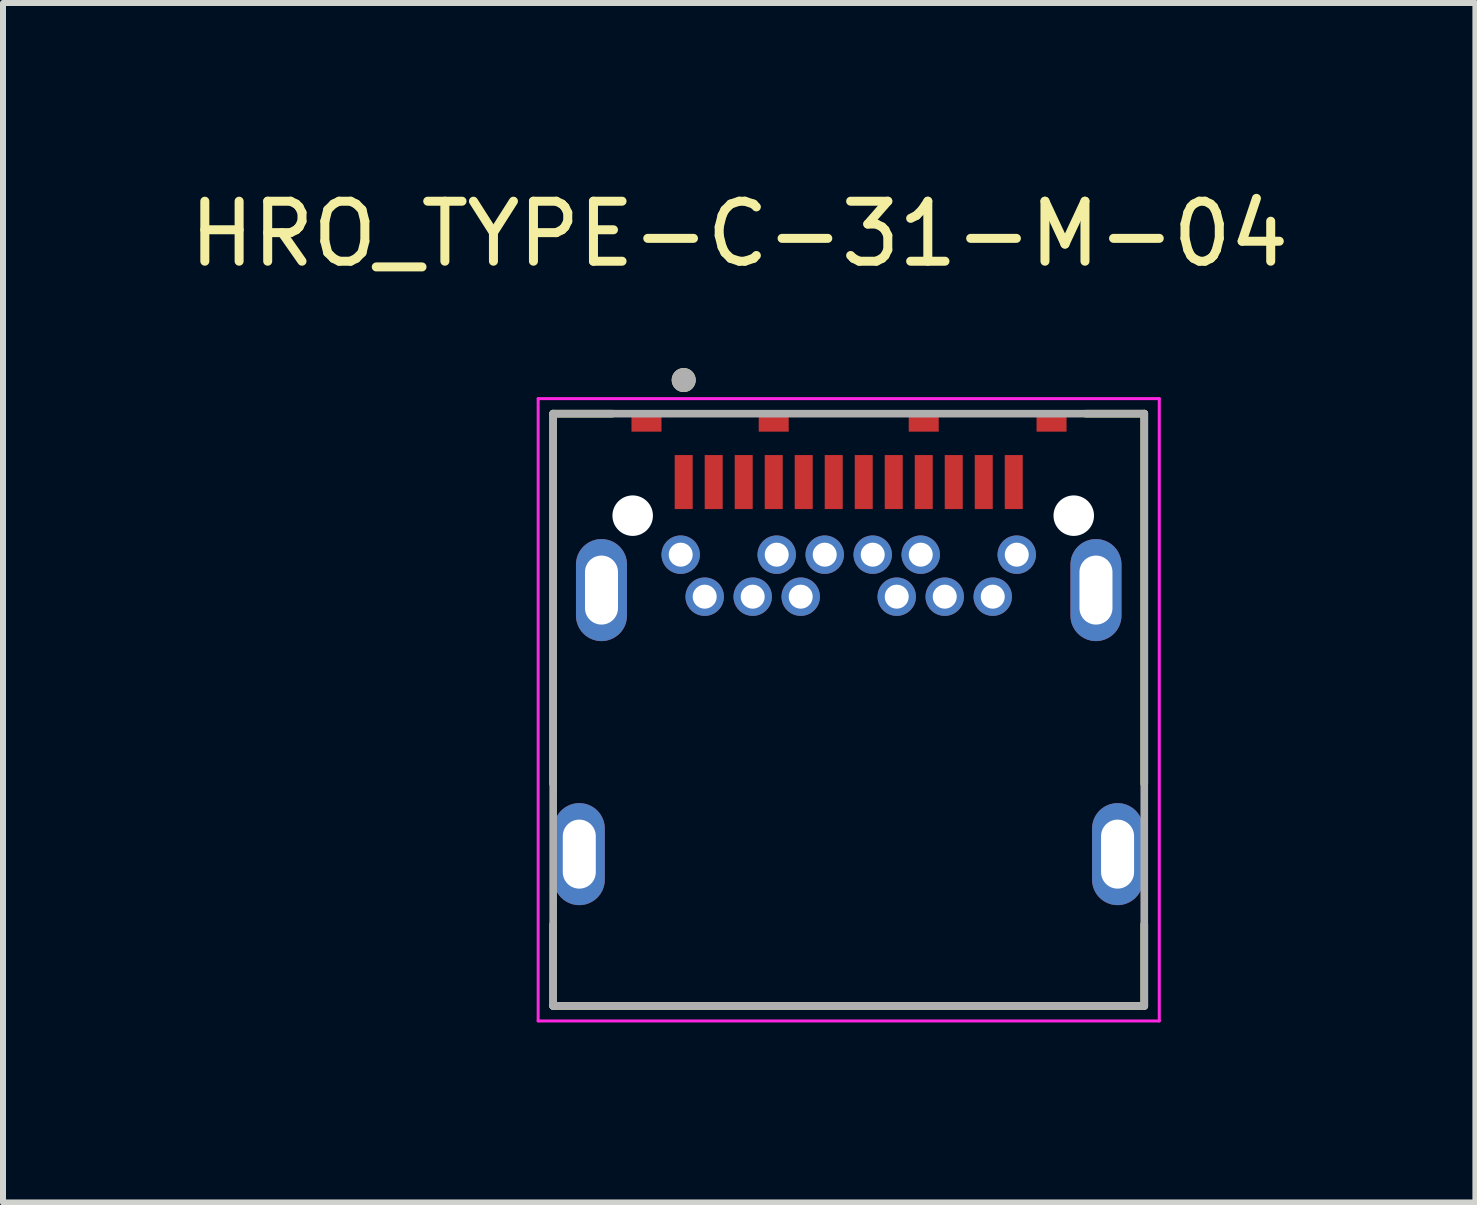
<source format=kicad_pcb>
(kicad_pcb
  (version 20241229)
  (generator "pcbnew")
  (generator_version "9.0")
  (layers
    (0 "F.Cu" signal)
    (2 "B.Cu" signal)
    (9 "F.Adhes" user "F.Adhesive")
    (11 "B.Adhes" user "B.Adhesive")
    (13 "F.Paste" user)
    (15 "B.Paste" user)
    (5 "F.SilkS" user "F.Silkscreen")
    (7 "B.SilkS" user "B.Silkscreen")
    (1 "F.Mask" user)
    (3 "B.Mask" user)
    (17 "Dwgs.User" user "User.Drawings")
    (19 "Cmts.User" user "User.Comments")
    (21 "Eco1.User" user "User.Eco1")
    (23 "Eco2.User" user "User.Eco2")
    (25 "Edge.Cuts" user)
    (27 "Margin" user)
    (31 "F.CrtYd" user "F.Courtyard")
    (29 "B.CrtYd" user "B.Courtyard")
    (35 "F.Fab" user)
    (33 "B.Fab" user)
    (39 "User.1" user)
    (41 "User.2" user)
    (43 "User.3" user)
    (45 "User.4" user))
  (footprint "HRO_TYPE-C-31-M-04"
    (layer "F.Cu")
    (at 11.093 4.983)
    (property "Reference" "HRO_TYPE-C-31-M-04" (at -1.825 -4.135 0) (layer "F.SilkS") (effects (font (size 1 1) (thickness 0.15))))
    (attr through_hole)
    (fp_line (start -4.925 5.03) (end -4.925 -1.14) (stroke (width 0.127) (type solid)) (layer "F.SilkS"))
    (fp_line (start -4.925 8.73) (end -4.925 7.37) (stroke (width 0.127) (type solid)) (layer "F.SilkS"))
    (fp_line (start -4.925 8.73) (end 4.925 8.73) (stroke (width 0.127) (type solid)) (layer "F.SilkS"))
    (fp_line (start -3.94 -1.14) (end -4.925 -1.14) (stroke (width 0.127) (type solid)) (layer "F.SilkS"))
    (fp_line (start 4.925 -1.14) (end 3.95 -1.14) (stroke (width 0.127) (type solid)) (layer "F.SilkS"))
    (fp_line (start 4.925 5.03) (end 4.925 -1.14) (stroke (width 0.127) (type solid)) (layer "F.SilkS"))
    (fp_line (start 4.925 8.73) (end 4.925 7.37) (stroke (width 0.127) (type solid)) (layer "F.SilkS"))
    (fp_circle (center -2.75 -1.7) (end -2.65 -1.7) (stroke (width 0.2) (type solid)) (fill no) (layer "F.SilkS"))
    (fp_line (start -5.175 -1.39) (end -5.175 8.98) (stroke (width 0.05) (type solid)) (layer "F.CrtYd"))
    (fp_line (start -5.175 8.98) (end 5.175 8.98) (stroke (width 0.05) (type solid)) (layer "F.CrtYd"))
    (fp_line (start 5.175 -1.39) (end -5.175 -1.39) (stroke (width 0.05) (type solid)) (layer "F.CrtYd"))
    (fp_line (start 5.175 8.98) (end 5.175 -1.39) (stroke (width 0.05) (type solid)) (layer "F.CrtYd"))
    (fp_line (start -4.925 8.73) (end -4.925 -1.14) (stroke (width 0.127) (type solid)) (layer "F.Fab"))
    (fp_line (start -4.925 8.73) (end 4.925 8.73) (stroke (width 0.127) (type solid)) (layer "F.Fab"))
    (fp_line (start 4.925 -1.14) (end -4.925 -1.14) (stroke (width 0.127) (type solid)) (layer "F.Fab"))
    (fp_line (start 4.925 8.73) (end 4.925 -1.14) (stroke (width 0.127) (type solid)) (layer "F.Fab"))
    (fp_circle (center -2.75 -1.7) (end -2.65 -1.7) (stroke (width 0.2) (type solid)) (fill no) (layer "F.Fab"))
    (pad "" np_thru_hole circle (at -3.6 0.56) (size 0.675 0.675) (drill 0.675) (layers "*.Cu" "*.Mask"))
    (pad "" np_thru_hole circle (at 3.75 0.56) (size 0.675 0.675) (drill 0.675) (layers "*.Cu" "*.Mask"))
    (pad "A1" smd rect (at -2.75 0) (size 0.3 0.9) (layers "F.Cu" "F.Mask" "F.Paste"))
    (pad "A2" smd rect (at -2.25 0) (size 0.3 0.9) (layers "F.Cu" "F.Mask" "F.Paste"))
    (pad "A3" smd rect (at -1.75 0) (size 0.3 0.9) (layers "F.Cu" "F.Mask" "F.Paste"))
    (pad "A4" smd rect (at -1.25 0) (size 0.3 0.9) (layers "F.Cu" "F.Mask" "F.Paste"))
    (pad "A5" smd rect (at -0.75 0) (size 0.3 0.9) (layers "F.Cu" "F.Mask" "F.Paste"))
    (pad "A6" smd rect (at -0.25 0) (size 0.3 0.9) (layers "F.Cu" "F.Mask" "F.Paste"))
    (pad "A7" smd rect (at 0.25 0) (size 0.3 0.9) (layers "F.Cu" "F.Mask" "F.Paste"))
    (pad "A8" smd rect (at 0.75 0) (size 0.3 0.9) (layers "F.Cu" "F.Mask" "F.Paste"))
    (pad "A9" smd rect (at 1.25 0) (size 0.3 0.9) (layers "F.Cu" "F.Mask" "F.Paste"))
    (pad "A10" smd rect (at 1.75 0) (size 0.3 0.9) (layers "F.Cu" "F.Mask" "F.Paste"))
    (pad "A11" smd rect (at 2.25 0) (size 0.3 0.9) (layers "F.Cu" "F.Mask" "F.Paste"))
    (pad "A12" smd rect (at 2.75 0) (size 0.3 0.9) (layers "F.Cu" "F.Mask" "F.Paste"))
    (pad "B1" thru_hole circle (at 2.8 1.21) (size 0.64 0.64) (drill 0.4) (layers "*.Cu" "*.Mask"))
    (pad "B2" thru_hole circle (at 2.4 1.91) (size 0.64 0.64) (drill 0.4) (layers "*.Cu" "*.Mask"))
    (pad "B3" thru_hole circle (at 1.6 1.91) (size 0.64 0.64) (drill 0.4) (layers "*.Cu" "*.Mask"))
    (pad "B4" thru_hole circle (at 1.2 1.21) (size 0.64 0.64) (drill 0.4) (layers "*.Cu" "*.Mask"))
    (pad "B5" thru_hole circle (at 0.8 1.91) (size 0.64 0.64) (drill 0.4) (layers "*.Cu" "*.Mask"))
    (pad "B6" thru_hole circle (at 0.4 1.21) (size 0.64 0.64) (drill 0.4) (layers "*.Cu" "*.Mask"))
    (pad "B7" thru_hole circle (at -0.4 1.21) (size 0.64 0.64) (drill 0.4) (layers "*.Cu" "*.Mask"))
    (pad "B8" thru_hole circle (at -0.8 1.91) (size 0.64 0.64) (drill 0.4) (layers "*.Cu" "*.Mask"))
    (pad "B9" thru_hole circle (at -1.2 1.21) (size 0.64 0.64) (drill 0.4) (layers "*.Cu" "*.Mask"))
    (pad "B10" thru_hole circle (at -1.6 1.91) (size 0.64 0.64) (drill 0.4) (layers "*.Cu" "*.Mask"))
    (pad "B11" thru_hole circle (at -2.4 1.91) (size 0.64 0.64) (drill 0.4) (layers "*.Cu" "*.Mask"))
    (pad "B12" thru_hole circle (at -2.8 1.21) (size 0.64 0.64) (drill 0.4) (layers "*.Cu" "*.Mask"))
    (pad "S1" smd rect (at -3.37 -0.99) (size 0.5 0.3) (layers "F.Cu" "F.Mask" "F.Paste"))
    (pad "S2" smd rect (at -1.25 -0.99) (size 0.5 0.3) (layers "F.Cu" "F.Mask" "F.Paste"))
    (pad "S3" smd rect (at 1.25 -0.99) (size 0.5 0.3) (layers "F.Cu" "F.Mask" "F.Paste"))
    (pad "S4" smd rect (at 3.38 -0.99) (size 0.5 0.3) (layers "F.Cu" "F.Mask" "F.Paste"))
    (pad "S5" thru_hole oval (at -4.12 1.8) (size 0.85 1.7) (drill oval 0.55 1.15) (layers "*.Cu" "*.Mask"))
    (pad "S6" thru_hole oval (at 4.12 1.8) (size 0.85 1.7) (drill oval 0.55 1.15) (layers "*.Cu" "*.Mask"))
    (pad "S7" thru_hole oval (at -4.49 6.2) (size 0.85 1.7) (drill oval 0.55 1.15) (layers "*.Cu" "*.Mask"))
    (pad "S8" thru_hole oval (at 4.48 6.2) (size 0.85 1.7) (drill oval 0.55 1.15) (layers "*.Cu" "*.Mask")))
  (gr_rect
    (start -3 -3)
    (end 21.536 16.988)
    (stroke (width 0.1) (type default))
    (fill no)
    (layer "Edge.Cuts")))
</source>
